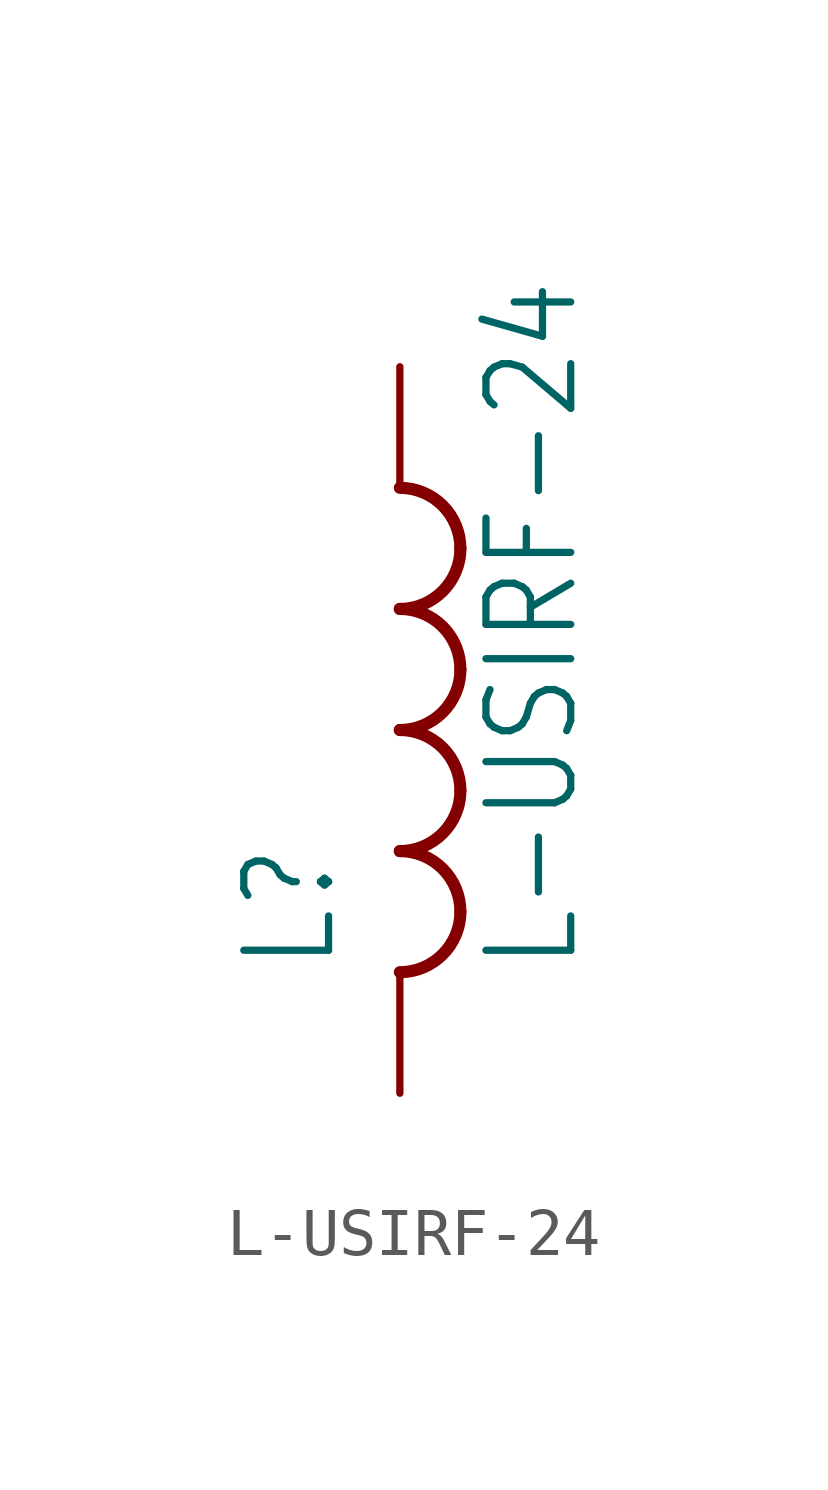
<source format=kicad_sym>
(kicad_symbol_lib
  (version 20211014)
  (generator kicad_symbol_editor)
  (symbol "L-USIRF-24"
    (property "Reference" "L"
      (at -1.27 -5.08 90)
      (effects (font (size 1.778 1.511)) (justify left bottom)))
    (property "Value" "L-USIRF-24"
      (at 3.81 -5.08 90)
      (effects (font (size 1.778 1.511)) (justify left bottom)))
    (property "ki_locked" ""
      (at 0 0 0)
      (effects (font (size 1.27 1.27))))
    (symbol "L-USIRF-24_1_0"
      (arc (start 0 -5.08) (mid 0.898 -4.708) (end 1.27 -3.81) (stroke (width 0.254) (type default) (color 0 0 0 0)) (fill (type none)))
      (arc (start 0 -2.54) (mid 0.898 -2.168) (end 1.27 -1.27) (stroke (width 0.254) (type default) (color 0 0 0 0)) (fill (type none)))
      (arc (start 0 0) (mid 0.898 0.372) (end 1.27 1.27) (stroke (width 0.254) (type default) (color 0 0 0 0)) (fill (type none)))
      (arc (start 0 2.54) (mid 0.898 2.912) (end 1.27 3.81) (stroke (width 0.254) (type default) (color 0 0 0 0)) (fill (type none)))
      (arc (start 1.27 -3.81) (mid 0.898 -2.912) (end 0 -2.54) (stroke (width 0.254) (type default) (color 0 0 0 0)) (fill (type none)))
      (arc (start 1.27 -1.27) (mid 0.898 -0.372) (end 0 0) (stroke (width 0.254) (type default) (color 0 0 0 0)) (fill (type none)))
      (arc (start 1.27 1.27) (mid 0.898 2.168) (end 0 2.54) (stroke (width 0.254) (type default) (color 0 0 0 0)) (fill (type none)))
      (arc (start 1.27 3.81) (mid 0.898 4.708) (end 0 5.08) (stroke (width 0.254) (type default) (color 0 0 0 0)) (fill (type none)))
      (pin passive line (at 0 7.62 270) (length 2.54) (name "1" (effects (font (size 0 0)))) (number "1" (effects (font (size 0 0)))))
      (pin passive line (at 0 -7.62 90) (length 2.54) (name "2" (effects (font (size 0 0)))) (number "2" (effects (font (size 0 0))))))))
</source>
